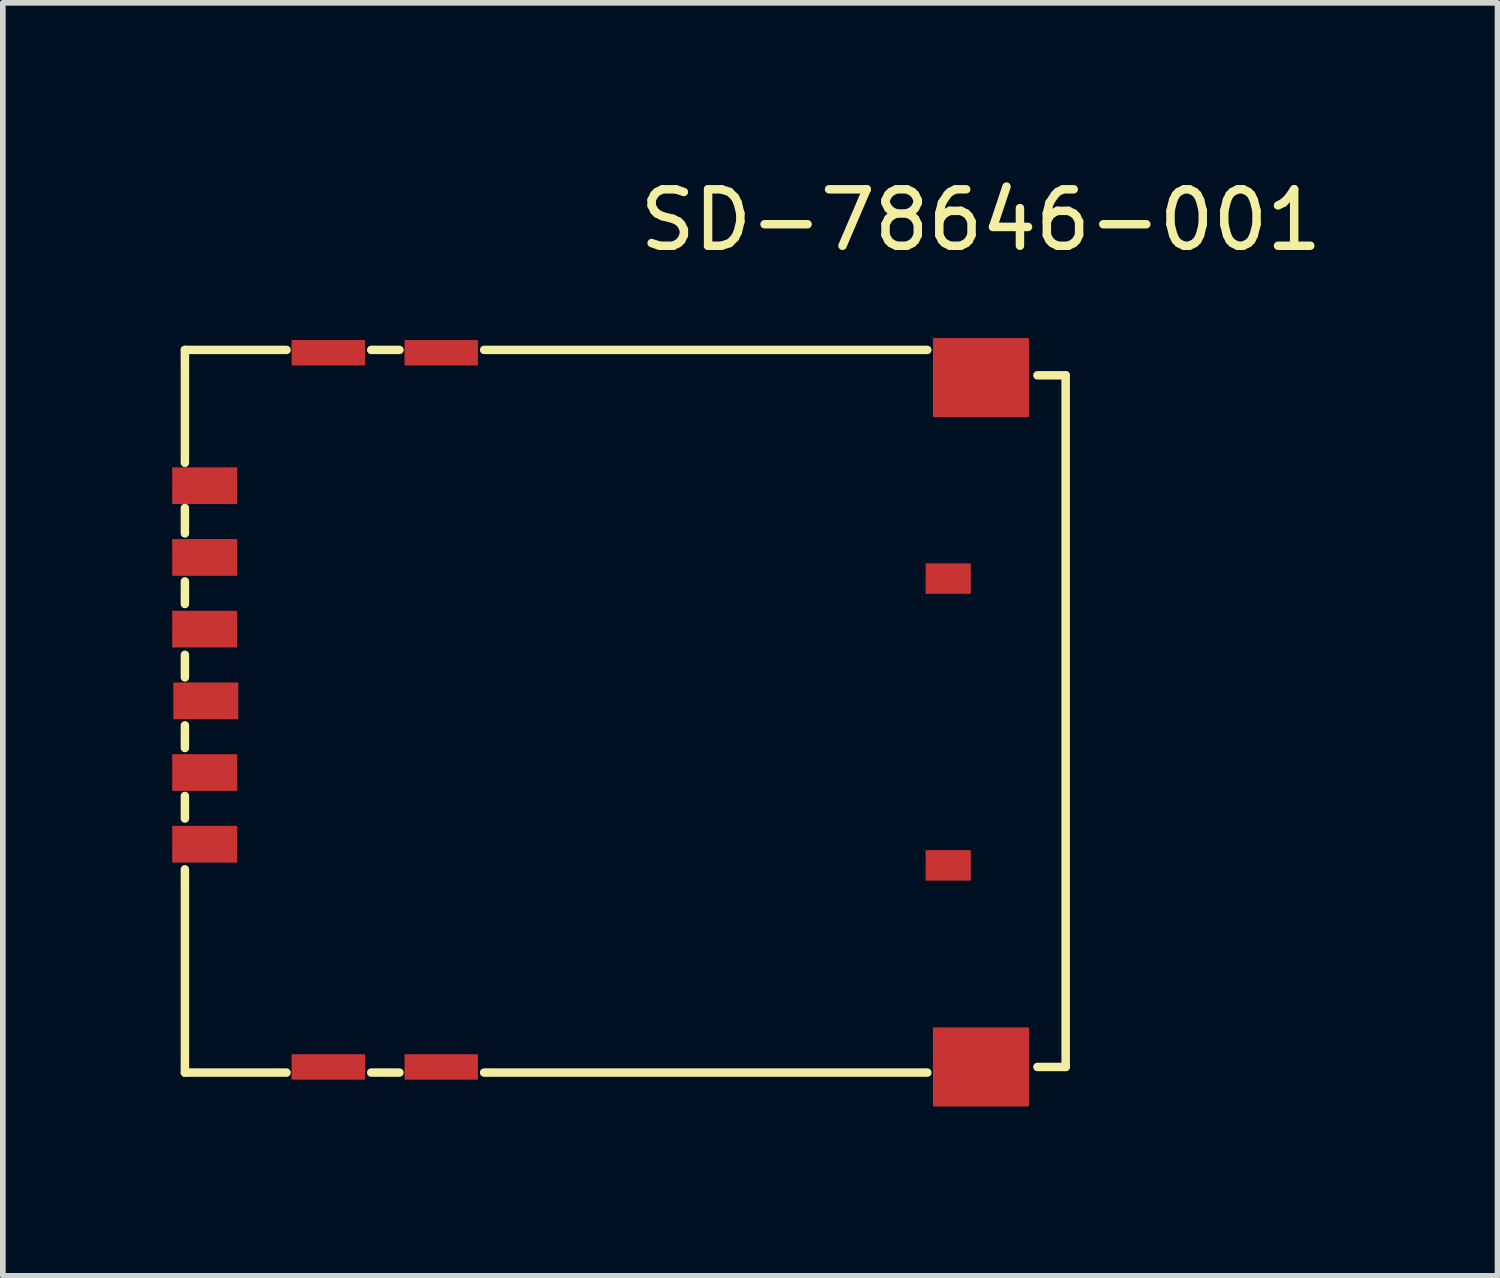
<source format=kicad_pcb>
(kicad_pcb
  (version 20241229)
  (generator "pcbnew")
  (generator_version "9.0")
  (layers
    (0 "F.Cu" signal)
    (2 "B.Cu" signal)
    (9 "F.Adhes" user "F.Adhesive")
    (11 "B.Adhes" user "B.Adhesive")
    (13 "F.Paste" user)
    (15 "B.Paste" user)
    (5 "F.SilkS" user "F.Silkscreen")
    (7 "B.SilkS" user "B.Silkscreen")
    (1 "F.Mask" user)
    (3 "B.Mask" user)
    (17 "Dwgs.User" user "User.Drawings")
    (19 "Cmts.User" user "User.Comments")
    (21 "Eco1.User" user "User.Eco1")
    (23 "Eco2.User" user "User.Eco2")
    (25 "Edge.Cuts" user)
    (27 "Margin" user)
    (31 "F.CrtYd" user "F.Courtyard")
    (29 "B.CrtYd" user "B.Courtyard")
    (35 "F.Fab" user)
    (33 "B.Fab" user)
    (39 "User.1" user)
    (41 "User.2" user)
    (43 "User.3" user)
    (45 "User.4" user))
  (footprint "SD-78646-001"
    (layer "F.Cu")
    (at 14.325 15.848)
    (property "Reference" "SD-78646-001" (at 0 -15 0) (layer "F.SilkS") (effects (font (size 1 1) (thickness 0.15))))
    (attr through_hole)
    (fp_line (start -14.1 -12.7) (end -12.3 -12.7) (stroke (width 0.15) (type solid)) (layer "F.SilkS"))
    (fp_line (start -14.1 -10.7) (end -14.1 -12.7) (stroke (width 0.15) (type solid)) (layer "F.SilkS"))
    (fp_line (start -14.1 -9.9) (end -14.1 -9.45) (stroke (width 0.15) (type solid)) (layer "F.SilkS"))
    (fp_line (start -14.1 -8.6) (end -14.1 -8.2) (stroke (width 0.15) (type solid)) (layer "F.SilkS"))
    (fp_line (start -14.1 -7.3) (end -14.1 -6.9) (stroke (width 0.15) (type solid)) (layer "F.SilkS"))
    (fp_line (start -14.1 -6.05) (end -14.1 -5.65) (stroke (width 0.15) (type solid)) (layer "F.SilkS"))
    (fp_line (start -14.1 -4.8) (end -14.1 -4.4) (stroke (width 0.15) (type solid)) (layer "F.SilkS"))
    (fp_line (start -14.1 -3.5) (end -14.1 0.1) (stroke (width 0.15) (type solid)) (layer "F.SilkS"))
    (fp_line (start -14.1 0.1) (end -12.3 0.1) (stroke (width 0.15) (type solid)) (layer "F.SilkS"))
    (fp_line (start -10.8 -12.7) (end -10.3 -12.7) (stroke (width 0.15) (type solid)) (layer "F.SilkS"))
    (fp_line (start -10.8 0.1) (end -10.3 0.1) (stroke (width 0.15) (type solid)) (layer "F.SilkS"))
    (fp_line (start -8.8 -12.7) (end -0.95 -12.7) (stroke (width 0.15) (type solid)) (layer "F.SilkS"))
    (fp_line (start -8.8 0.1) (end -0.95 0.1) (stroke (width 0.15) (type solid)) (layer "F.SilkS"))
    (fp_line (start 1 -12.25) (end 1.5 -12.25) (stroke (width 0.15) (type solid)) (layer "F.SilkS"))
    (fp_line (start 1.5 -12.25) (end 1.5 0) (stroke (width 0.15) (type solid)) (layer "F.SilkS"))
    (fp_line (start 1.5 0) (end 1 0) (stroke (width 0.15) (type solid)) (layer "F.SilkS"))
    (pad "1" smd rect (at -13.75 -9.025) (size 1.15 0.65) (layers "F.Cu" "F.Mask" "F.Paste"))
    (pad "2" smd rect (at -13.73 -6.485) (size 1.15 0.65) (layers "F.Cu" "F.Mask" "F.Paste"))
    (pad "3" smd rect (at -13.75 -3.945) (size 1.15 0.65) (layers "F.Cu" "F.Mask" "F.Paste"))
    (pad "5" smd rect (at -13.75 -10.295) (size 1.15 0.65) (layers "F.Cu" "F.Mask" "F.Paste"))
    (pad "5" smd rect (at -11.56 -12.65) (size 1.3 0.45) (layers "F.Cu" "F.Mask" "F.Paste"))
    (pad "5" smd rect (at -11.56 0) (size 1.3 0.45) (layers "F.Cu" "F.Mask" "F.Paste"))
    (pad "5" smd rect (at -9.56 -12.65) (size 1.3 0.45) (layers "F.Cu" "F.Mask" "F.Paste"))
    (pad "5" smd rect (at -9.56 0) (size 1.3 0.45) (layers "F.Cu" "F.Mask" "F.Paste"))
    (pad "5" smd rect (at 0 -12.21) (size 1.7 1.4) (layers "F.Cu" "F.Mask" "F.Paste"))
    (pad "5" smd rect (at 0 0) (size 1.7 1.4) (layers "F.Cu" "F.Mask" "F.Paste"))
    (pad "6" smd rect (at -13.75 -7.755) (size 1.15 0.65) (layers "F.Cu" "F.Mask" "F.Paste"))
    (pad "7" smd rect (at -13.75 -5.215) (size 1.15 0.65) (layers "F.Cu" "F.Mask" "F.Paste"))
    (pad "NC" smd rect (at -0.58 -8.65) (size 0.8 0.54) (layers "F.Cu" "F.Mask" "F.Paste"))
    (pad "NC" smd rect (at -0.58 -3.57) (size 0.8 0.54) (layers "F.Cu" "F.Mask" "F.Paste")))
  (gr_rect
    (start -3 -3)
    (end 23.474 19.548)
    (stroke (width 0.1) (type default))
    (fill no)
    (layer "Edge.Cuts")))
</source>
